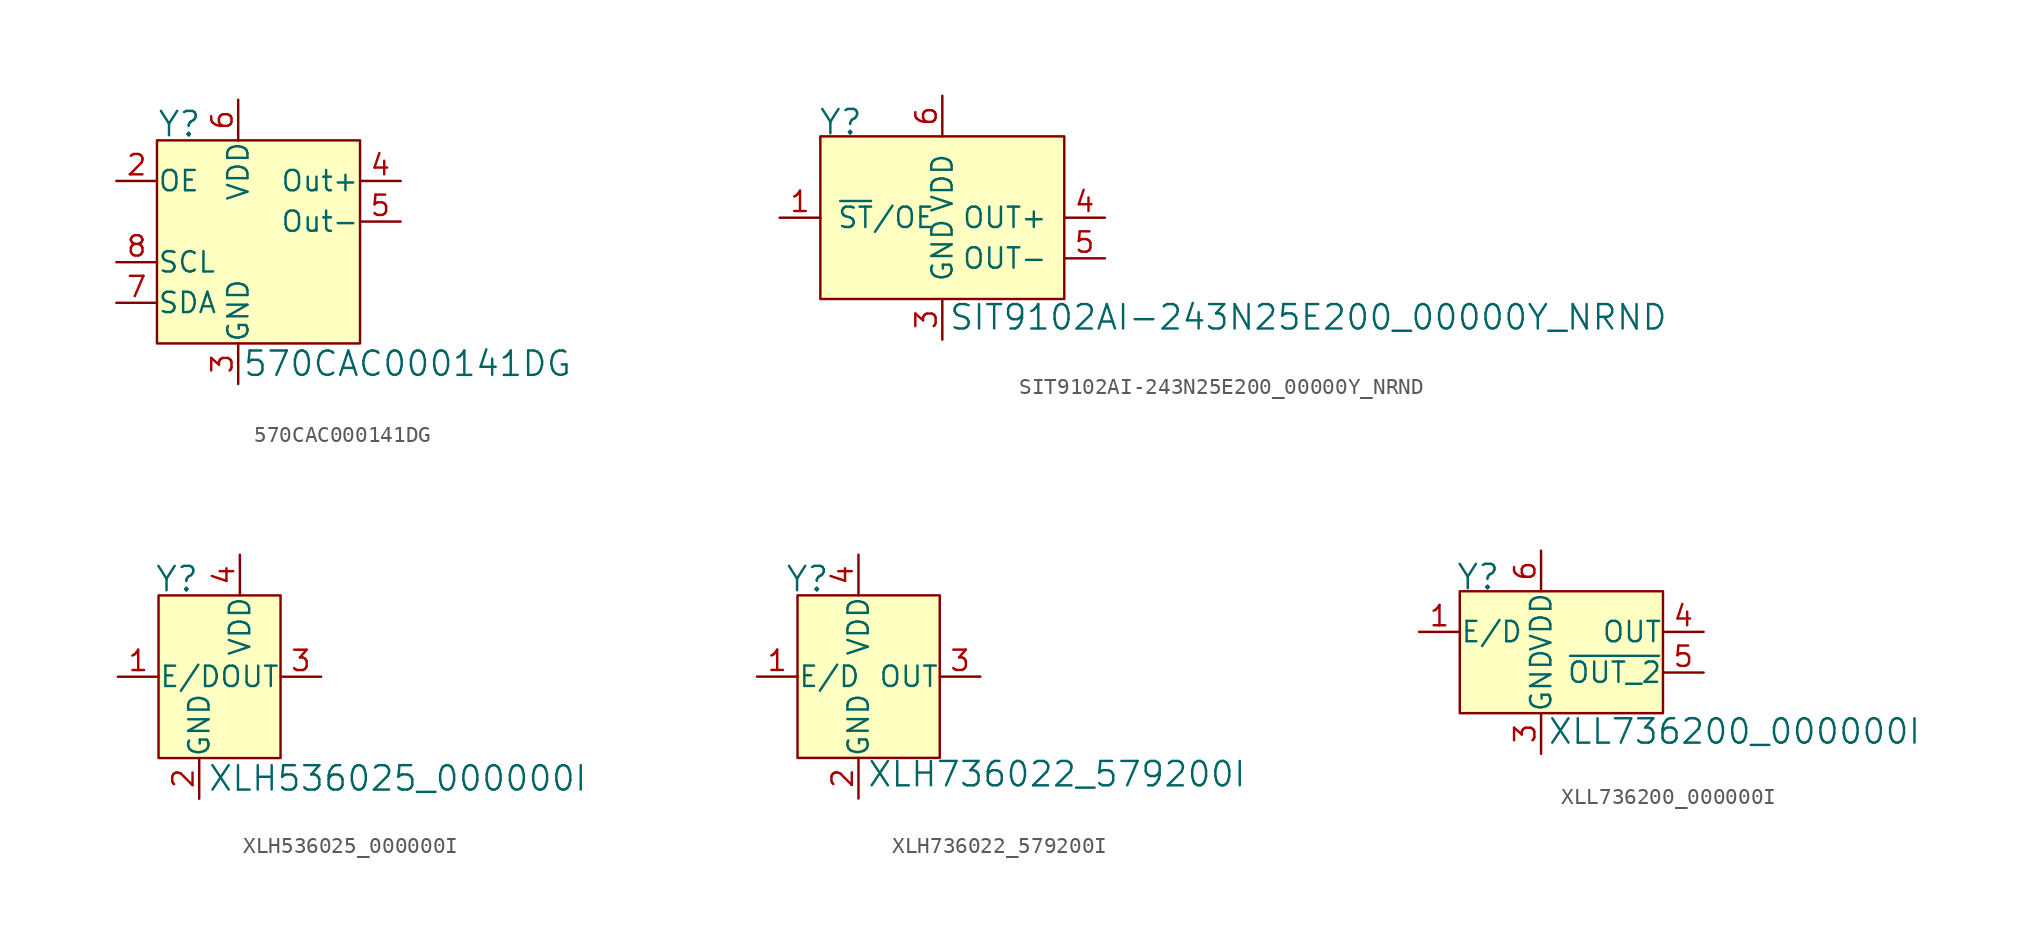
<source format=kicad_sym>
(kicad_symbol_lib
  (version 20211014)
  (generator kicad_symbol_editor)
  (symbol "570CAC000141DG"
    (pin_names
      (offset 0.025))
    (property "Reference" "Y"
      (at -7.62 6.096 0)
      (effects (font (size 1.524 1.524)) (justify left)))
    (property "Value" "570CAC000141DG"
      (at -2.286 -8.89 0)
      (effects (font (size 1.524 1.524)) (justify left)))
    (symbol "570CAC000141DG_0_1"
      (rectangle (start -7.62 5.08) (end 5.08 -7.62) (stroke (width 0) (type default) (color 0 0 0 0)) (fill (type background))))
    (symbol "570CAC000141DG_1_1"
      (pin no_connect line (at -7.62 0 0) (length 2.54) hide (name "NC" (effects (font (size 1.27 1.27)))) (number "1" (effects (font (size 1.27 1.27)))))
      (pin input line (at -10.16 2.54 0) (length 2.54) (name "OE" (effects (font (size 1.27 1.27)))) (number "2" (effects (font (size 1.27 1.27)))))
      (pin power_in line (at -2.54 -10.16 90) (length 2.54) (name "GND" (effects (font (size 1.27 1.27)))) (number "3" (effects (font (size 1.27 1.27)))))
      (pin output line (at 7.62 2.54 180) (length 2.54) (name "Out+" (effects (font (size 1.27 1.27)))) (number "4" (effects (font (size 1.27 1.27)))))
      (pin output line (at 7.62 0 180) (length 2.54) (name "Out-" (effects (font (size 1.27 1.27)))) (number "5" (effects (font (size 1.27 1.27)))))
      (pin power_in line (at -2.54 7.62 270) (length 2.54) (name "VDD" (effects (font (size 1.27 1.27)))) (number "6" (effects (font (size 1.27 1.27)))))
      (pin bidirectional line (at -10.16 -5.08 0) (length 2.54) (name "SDA" (effects (font (size 1.27 1.27)))) (number "7" (effects (font (size 1.27 1.27)))))
      (pin input line (at -10.16 -2.54 0) (length 2.54) (name "SCL" (effects (font (size 1.27 1.27)))) (number "8" (effects (font (size 1.27 1.27)))))))
  (symbol "SIT9102AI-243N25E200_00000Y_NRND"
    (pin_names
      (offset 1.016))
    (property "Reference" "Y"
      (at -10.287 5.969 0)
      (effects (font (size 1.524 1.524)) (justify left)))
    (property "Value" "SIT9102AI-243N25E200_00000Y_NRND"
      (at -2.159 -6.223 0)
      (effects (font (size 1.524 1.524)) (justify left)))
    (symbol "SIT9102AI-243N25E200_00000Y_NRND_0_1"
      (rectangle (start -10.16 5.08) (end 5.08 -5.08) (stroke (width 0) (type default) (color 0 0 0 0)) (fill (type background))))
    (symbol "SIT9102AI-243N25E200_00000Y_NRND_1_1"
      (pin output line (at -12.7 0 0) (length 2.54) (name "~{ST}/OE" (effects (font (size 1.27 1.27)))) (number "1" (effects (font (size 1.27 1.27)))))
      (pin no_connect line (at -10.16 -2.54 0) (length 2.54) hide (name "NC" (effects (font (size 1.27 1.27)))) (number "2" (effects (font (size 1.27 1.27)))))
      (pin power_in line (at -2.54 -7.62 90) (length 2.54) (name "GND" (effects (font (size 1.27 1.27)))) (number "3" (effects (font (size 1.27 1.27)))))
      (pin output line (at 7.62 0 180) (length 2.54) (name "OUT+" (effects (font (size 1.27 1.27)))) (number "4" (effects (font (size 1.27 1.27)))))
      (pin output line (at 7.62 -2.54 180) (length 2.54) (name "OUT-" (effects (font (size 1.27 1.27)))) (number "5" (effects (font (size 1.27 1.27)))))
      (pin power_in line (at -2.54 7.62 270) (length 2.54) (name "VDD" (effects (font (size 1.27 1.27)))) (number "6" (effects (font (size 1.27 1.27)))))))
  (symbol "XLH536025_000000I"
    (pin_names
      (offset 0.025))
    (property "Reference" "Y"
      (at -2.794 3.556 0)
      (effects (font (size 1.524 1.524)) (justify left)))
    (property "Value" "XLH536025_000000I"
      (at 0.508 -8.89 0)
      (effects (font (size 1.524 1.524)) (justify left)))
    (symbol "XLH536025_000000I_0_1"
      (rectangle (start 5.08 2.54) (end -2.54 -7.62) (stroke (width 0) (type default) (color 0 0 0 0)) (fill (type background))))
    (symbol "XLH536025_000000I_1_1"
      (pin input line (at -5.08 -2.54 0) (length 2.54) (name "E/D" (effects (font (size 1.27 1.27)))) (number "1" (effects (font (size 1.27 1.27)))))
      (pin power_in line (at 0 -10.16 90) (length 2.54) (name "GND" (effects (font (size 1.27 1.27)))) (number "2" (effects (font (size 1.27 1.27)))))
      (pin output line (at 7.62 -2.54 180) (length 2.54) (name "OUT" (effects (font (size 1.27 1.27)))) (number "3" (effects (font (size 1.27 1.27)))))
      (pin power_in line (at 2.54 5.08 270) (length 2.54) (name "VDD" (effects (font (size 1.27 1.27)))) (number "4" (effects (font (size 1.27 1.27)))))))
  (symbol "XLH736022_579200I"
    (pin_names
      (offset 0.025))
    (property "Reference" "Y"
      (at -1.778 6.096 0)
      (effects (font (size 1.524 1.524)) (justify right)))
    (property "Value" "XLH736022_579200I"
      (at 0.508 -6.096 0)
      (effects (font (size 1.524 1.524)) (justify left)))
    (symbol "XLH736022_579200I_0_1"
      (rectangle (start 5.08 5.08) (end -3.81 -5.08) (stroke (width 0) (type default) (color 0 0 0 0)) (fill (type background))))
    (symbol "XLH736022_579200I_1_1"
      (pin input line (at -6.35 0 0) (length 2.54) (name "E/D" (effects (font (size 1.27 1.27)))) (number "1" (effects (font (size 1.27 1.27)))))
      (pin power_in line (at 0 -7.62 90) (length 2.54) (name "GND" (effects (font (size 1.27 1.27)))) (number "2" (effects (font (size 1.27 1.27)))))
      (pin output line (at 7.62 0 180) (length 2.54) (name "OUT" (effects (font (size 1.27 1.27)))) (number "3" (effects (font (size 1.27 1.27)))))
      (pin power_in line (at 0 7.62 270) (length 2.54) (name "VDD" (effects (font (size 1.27 1.27)))) (number "4" (effects (font (size 1.27 1.27)))))))
  (symbol "XLL736200_000000I"
    (pin_names
      (offset 0.025))
    (property "Reference" "Y"
      (at -5.334 3.429 0)
      (effects (font (size 1.524 1.524)) (justify left)))
    (property "Value" "XLL736200_000000I"
      (at 0.381 -6.223 0)
      (effects (font (size 1.524 1.524)) (justify left)))
    (symbol "XLL736200_000000I_0_1"
      (rectangle (start 7.62 2.54) (end -5.08 -5.08) (stroke (width 0) (type default) (color 0 0 0 0)) (fill (type background))))
    (symbol "XLL736200_000000I_1_1"
      (pin input line (at -7.62 0 0) (length 2.54) (name "E/D" (effects (font (size 1.27 1.27)))) (number "1" (effects (font (size 1.27 1.27)))))
      (pin no_connect line (at -5.08 -2.54 0) (length 2.54) hide (name "NC" (effects (font (size 1.27 1.27)))) (number "2" (effects (font (size 1.27 1.27)))))
      (pin power_in line (at 0 -7.62 90) (length 2.54) (name "GND" (effects (font (size 1.27 1.27)))) (number "3" (effects (font (size 1.27 1.27)))))
      (pin output line (at 10.16 0 180) (length 2.54) (name "OUT" (effects (font (size 1.27 1.27)))) (number "4" (effects (font (size 1.27 1.27)))))
      (pin output line (at 10.16 -2.54 180) (length 2.54) (name "~{OUT_2}" (effects (font (size 1.27 1.27)))) (number "5" (effects (font (size 1.27 1.27)))))
      (pin power_in line (at 0 5.08 270) (length 2.54) (name "VDD" (effects (font (size 1.27 1.27)))) (number "6" (effects (font (size 1.27 1.27))))))))
</source>
